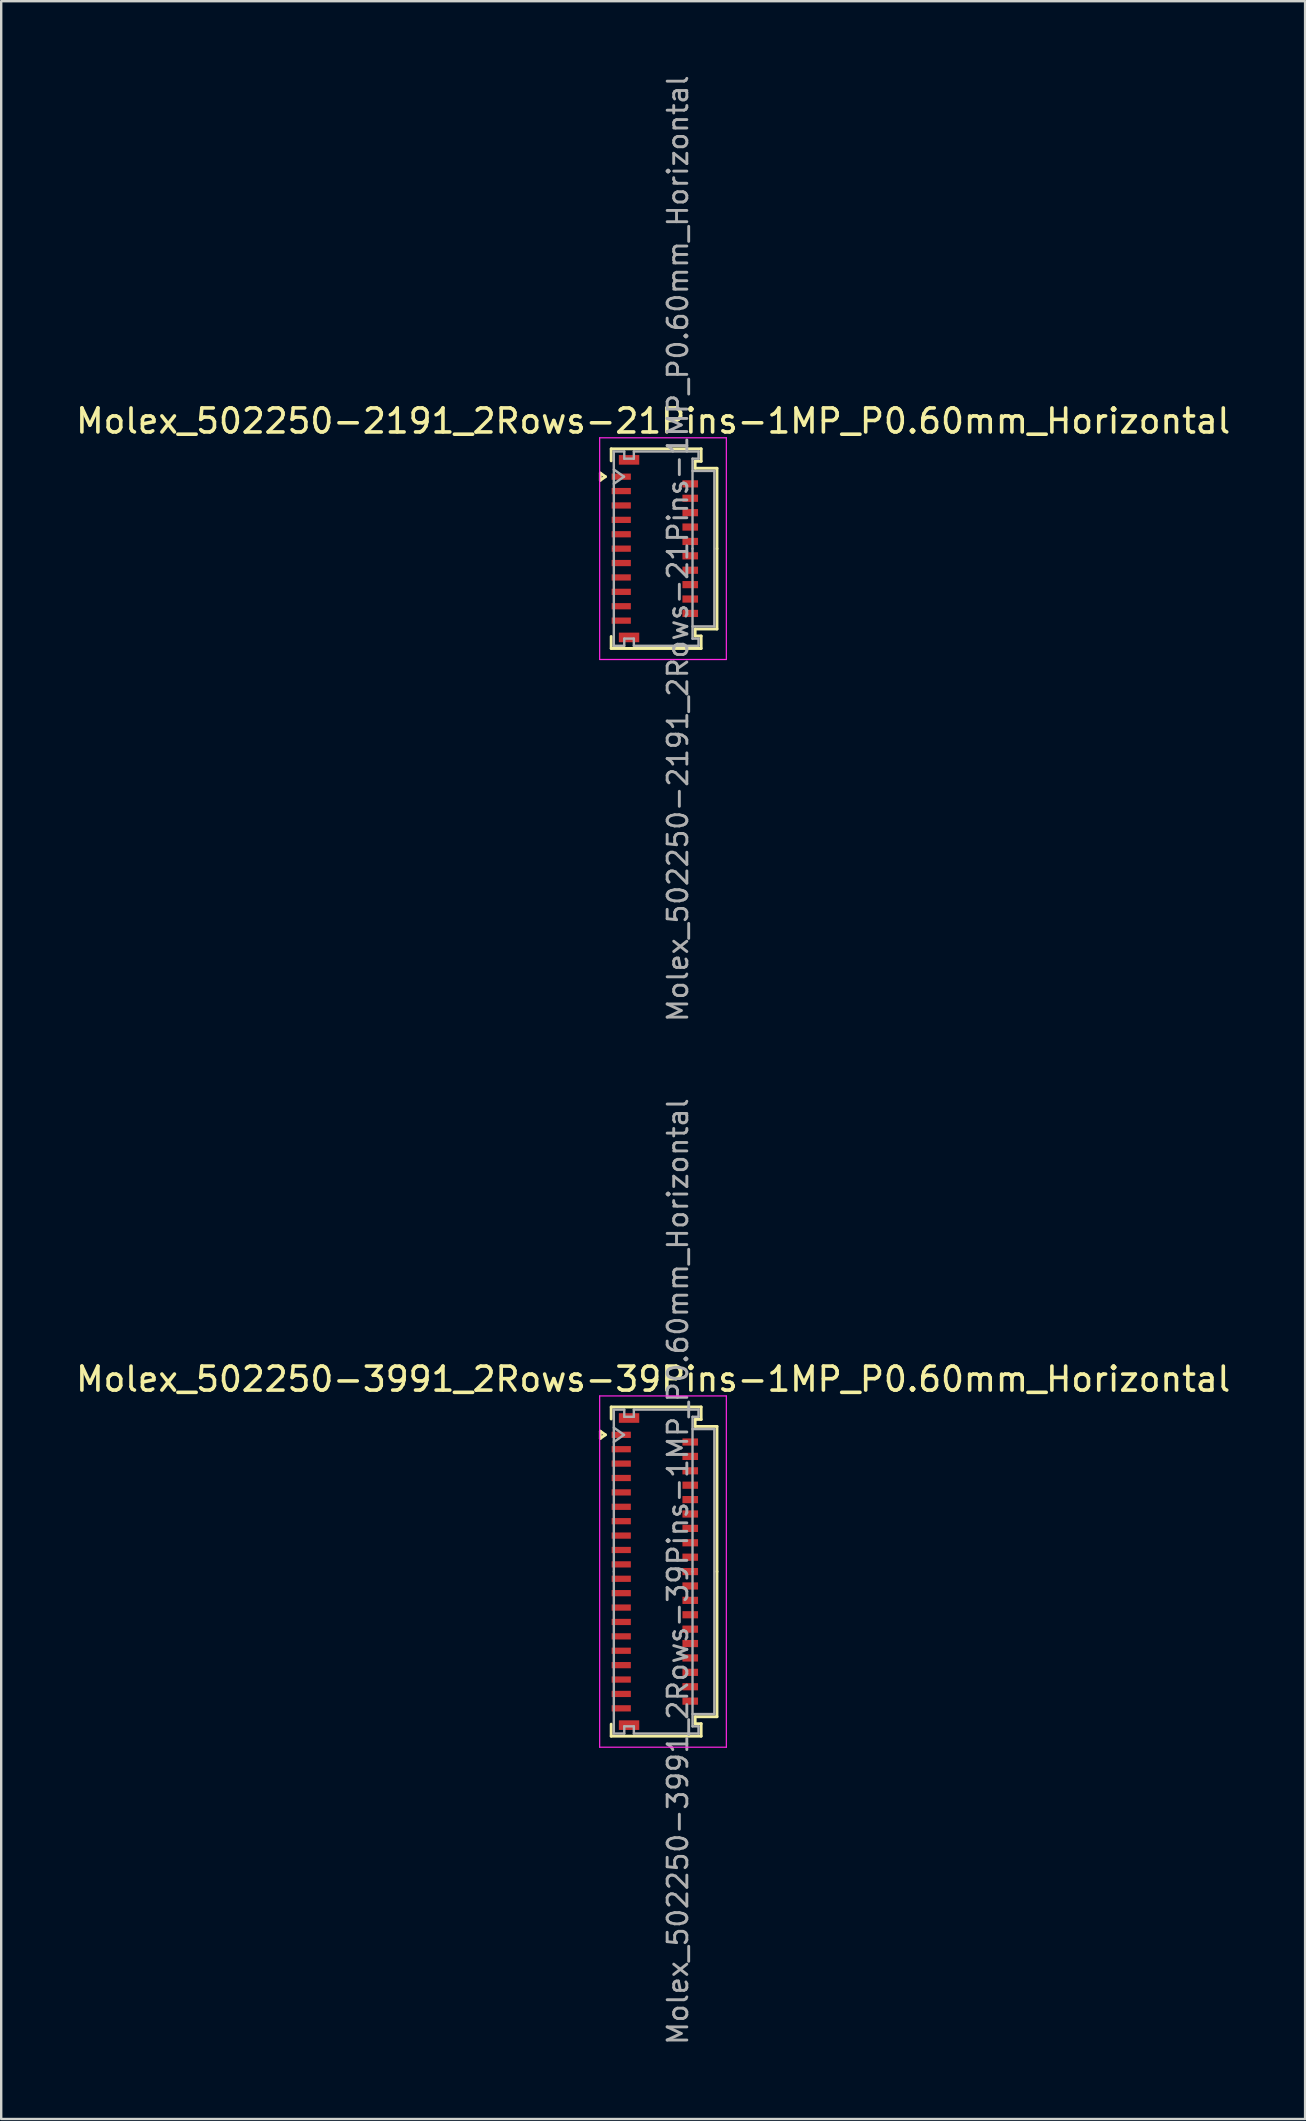
<source format=kicad_pcb>
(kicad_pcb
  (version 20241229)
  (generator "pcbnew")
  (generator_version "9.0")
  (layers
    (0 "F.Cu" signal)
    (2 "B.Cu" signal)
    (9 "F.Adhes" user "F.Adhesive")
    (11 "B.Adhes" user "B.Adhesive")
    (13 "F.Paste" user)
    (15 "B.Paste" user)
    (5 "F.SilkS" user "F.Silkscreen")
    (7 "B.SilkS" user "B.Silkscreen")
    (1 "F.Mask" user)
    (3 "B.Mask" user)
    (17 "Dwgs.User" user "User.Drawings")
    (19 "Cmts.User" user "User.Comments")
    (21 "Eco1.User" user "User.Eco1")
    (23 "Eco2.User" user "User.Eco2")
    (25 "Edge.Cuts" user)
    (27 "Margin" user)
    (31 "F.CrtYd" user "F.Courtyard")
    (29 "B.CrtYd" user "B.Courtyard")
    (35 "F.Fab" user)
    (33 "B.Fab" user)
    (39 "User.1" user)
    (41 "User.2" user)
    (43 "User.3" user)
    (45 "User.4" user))
  (footprint "Molex_502250-3991_2Rows-39Pins-1MP_P0.60mm_Horizontal"
    (layer "F.Cu")
    (at 24.243 62.451)
    (property "Reference" "Molex_502250-3991_2Rows-39Pins-1MP_P0.60mm_Horizontal" (at -0.07 -8.02 0) (layer "F.SilkS") (effects (font (size 1 1) (thickness 0.15))))
    (attr smd)
    (fp_line (start -2.272 -5.85) (end -2.06 -5.7) (stroke (width 0.12) (type solid)) (layer "F.SilkS"))
    (fp_line (start -2.272 -5.55) (end -2.272 -5.85) (stroke (width 0.12) (type solid)) (layer "F.SilkS"))
    (fp_line (start -2.06 -5.7) (end -2.272 -5.55) (stroke (width 0.12) (type solid)) (layer "F.SilkS"))
    (fp_line (start -1.82 -6.86) (end 1.93 -6.86) (stroke (width 0.12) (type solid)) (layer "F.SilkS"))
    (fp_line (start -1.82 -6.36) (end -1.82 -6.86) (stroke (width 0.12) (type solid)) (layer "F.SilkS"))
    (fp_line (start -1.82 6.36) (end -1.82 6.86) (stroke (width 0.12) (type solid)) (layer "F.SilkS"))
    (fp_line (start -1.82 6.86) (end 1.93 6.86) (stroke (width 0.12) (type solid)) (layer "F.SilkS"))
    (fp_line (start 1.68 -6.34) (end 1.68 -6.05) (stroke (width 0.12) (type solid)) (layer "F.SilkS"))
    (fp_line (start 1.68 -6.05) (end 2.59 -6.05) (stroke (width 0.12) (type solid)) (layer "F.SilkS"))
    (fp_line (start 1.68 6.05) (end 2.59 6.05) (stroke (width 0.12) (type solid)) (layer "F.SilkS"))
    (fp_line (start 1.68 6.34) (end 1.68 6.05) (stroke (width 0.12) (type solid)) (layer "F.SilkS"))
    (fp_line (start 1.93 -6.86) (end 1.93 -6.34) (stroke (width 0.12) (type solid)) (layer "F.SilkS"))
    (fp_line (start 1.93 -6.34) (end 1.68 -6.34) (stroke (width 0.12) (type solid)) (layer "F.SilkS"))
    (fp_line (start 1.93 6.34) (end 1.68 6.34) (stroke (width 0.12) (type solid)) (layer "F.SilkS"))
    (fp_line (start 1.93 6.86) (end 1.93 6.34) (stroke (width 0.12) (type solid)) (layer "F.SilkS"))
    (fp_line (start 2.59 -6.05) (end 2.59 0) (stroke (width 0.12) (type solid)) (layer "F.SilkS"))
    (fp_line (start 2.59 6.05) (end 2.59 0) (stroke (width 0.12) (type solid)) (layer "F.SilkS"))
    (fp_line (start -2.3 -7.32) (end -2.3 7.32) (stroke (width 0.05) (type solid)) (layer "F.CrtYd"))
    (fp_line (start -2.3 7.32) (end 2.98 7.32) (stroke (width 0.05) (type solid)) (layer "F.CrtYd"))
    (fp_line (start 2.98 -7.32) (end -2.3 -7.32) (stroke (width 0.05) (type solid)) (layer "F.CrtYd"))
    (fp_line (start 2.98 7.32) (end 2.98 -7.32) (stroke (width 0.05) (type solid)) (layer "F.CrtYd"))
    (fp_line (start -1.71 -6.75) (end -1.275 -6.75) (stroke (width 0.1) (type solid)) (layer "F.Fab"))
    (fp_line (start -1.71 -6) (end -1.286 -5.7) (stroke (width 0.1) (type solid)) (layer "F.Fab"))
    (fp_line (start -1.71 0) (end -1.71 -6.75) (stroke (width 0.1) (type solid)) (layer "F.Fab"))
    (fp_line (start -1.71 0) (end -1.71 6.75) (stroke (width 0.1) (type solid)) (layer "F.Fab"))
    (fp_line (start -1.71 6.75) (end -1.275 6.75) (stroke (width 0.1) (type solid)) (layer "F.Fab"))
    (fp_line (start -1.286 -5.7) (end -1.71 -5.4) (stroke (width 0.1) (type solid)) (layer "F.Fab"))
    (fp_line (start -1.275 -6.75) (end -1.275 -6.45) (stroke (width 0.1) (type solid)) (layer "F.Fab"))
    (fp_line (start -1.275 -6.45) (end -0.875 -6.45) (stroke (width 0.1) (type solid)) (layer "F.Fab"))
    (fp_line (start -1.275 6.45) (end -0.875 6.45) (stroke (width 0.1) (type solid)) (layer "F.Fab"))
    (fp_line (start -1.275 6.75) (end -1.275 6.45) (stroke (width 0.1) (type solid)) (layer "F.Fab"))
    (fp_line (start -0.875 -6.75) (end 1.82 -6.75) (stroke (width 0.1) (type solid)) (layer "F.Fab"))
    (fp_line (start -0.875 -6.45) (end -0.875 -6.75) (stroke (width 0.1) (type solid)) (layer "F.Fab"))
    (fp_line (start -0.875 6.45) (end -0.875 6.75) (stroke (width 0.1) (type solid)) (layer "F.Fab"))
    (fp_line (start -0.875 6.75) (end 1.82 6.75) (stroke (width 0.1) (type solid)) (layer "F.Fab"))
    (fp_line (start 1.57 -6.45) (end 1.57 0) (stroke (width 0.1) (type solid)) (layer "F.Fab"))
    (fp_line (start 1.57 -5.94) (end 2.48 -5.94) (stroke (width 0.1) (type solid)) (layer "F.Fab"))
    (fp_line (start 1.57 6.45) (end 1.57 0) (stroke (width 0.1) (type solid)) (layer "F.Fab"))
    (fp_line (start 1.82 -6.75) (end 1.82 -6.45) (stroke (width 0.1) (type solid)) (layer "F.Fab"))
    (fp_line (start 1.82 -6.45) (end 1.57 -6.45) (stroke (width 0.1) (type solid)) (layer "F.Fab"))
    (fp_line (start 1.82 6.45) (end 1.57 6.45) (stroke (width 0.1) (type solid)) (layer "F.Fab"))
    (fp_line (start 1.82 6.75) (end 1.82 6.45) (stroke (width 0.1) (type solid)) (layer "F.Fab"))
    (fp_line (start 2.48 -5.94) (end 2.48 5.94) (stroke (width 0.1) (type solid)) (layer "F.Fab"))
    (fp_line (start 2.48 5.94) (end 1.57 5.94) (stroke (width 0.1) (type solid)) (layer "F.Fab"))
    (fp_text user "${REFERENCE}" (at 0.96 0 90) (layer "F.Fab") (effects (font (size 0.82 0.82) (thickness 0.12))))
    (pad "1" smd rect (at -1.4 -5.7) (size 0.8 0.26) (layers "F.Cu" "F.Mask" "F.Paste"))
    (pad "2" smd rect (at 1.475 -5.4) (size 0.65 0.3) (layers "F.Cu" "F.Mask" "F.Paste"))
    (pad "3" smd rect (at -1.4 -5.1) (size 0.8 0.26) (layers "F.Cu" "F.Mask" "F.Paste"))
    (pad "4" smd rect (at 1.475 -4.8) (size 0.65 0.3) (layers "F.Cu" "F.Mask" "F.Paste"))
    (pad "5" smd rect (at -1.4 -4.5) (size 0.8 0.26) (layers "F.Cu" "F.Mask" "F.Paste"))
    (pad "6" smd rect (at 1.475 -4.2) (size 0.65 0.3) (layers "F.Cu" "F.Mask" "F.Paste"))
    (pad "7" smd rect (at -1.4 -3.9) (size 0.8 0.26) (layers "F.Cu" "F.Mask" "F.Paste"))
    (pad "8" smd rect (at 1.475 -3.6) (size 0.65 0.3) (layers "F.Cu" "F.Mask" "F.Paste"))
    (pad "9" smd rect (at -1.4 -3.3) (size 0.8 0.26) (layers "F.Cu" "F.Mask" "F.Paste"))
    (pad "10" smd rect (at 1.475 -3) (size 0.65 0.3) (layers "F.Cu" "F.Mask" "F.Paste"))
    (pad "11" smd rect (at -1.4 -2.7) (size 0.8 0.26) (layers "F.Cu" "F.Mask" "F.Paste"))
    (pad "12" smd rect (at 1.475 -2.4) (size 0.65 0.3) (layers "F.Cu" "F.Mask" "F.Paste"))
    (pad "13" smd rect (at -1.4 -2.1) (size 0.8 0.26) (layers "F.Cu" "F.Mask" "F.Paste"))
    (pad "14" smd rect (at 1.475 -1.8) (size 0.65 0.3) (layers "F.Cu" "F.Mask" "F.Paste"))
    (pad "15" smd rect (at -1.4 -1.5) (size 0.8 0.26) (layers "F.Cu" "F.Mask" "F.Paste"))
    (pad "16" smd rect (at 1.475 -1.2) (size 0.65 0.3) (layers "F.Cu" "F.Mask" "F.Paste"))
    (pad "17" smd rect (at -1.4 -0.9) (size 0.8 0.26) (layers "F.Cu" "F.Mask" "F.Paste"))
    (pad "18" smd rect (at 1.475 -0.6) (size 0.65 0.3) (layers "F.Cu" "F.Mask" "F.Paste"))
    (pad "19" smd rect (at -1.4 -0.3) (size 0.8 0.26) (layers "F.Cu" "F.Mask" "F.Paste"))
    (pad "20" smd rect (at 1.475 0) (size 0.65 0.3) (layers "F.Cu" "F.Mask" "F.Paste"))
    (pad "21" smd rect (at -1.4 0.3) (size 0.8 0.26) (layers "F.Cu" "F.Mask" "F.Paste"))
    (pad "22" smd rect (at 1.475 0.6) (size 0.65 0.3) (layers "F.Cu" "F.Mask" "F.Paste"))
    (pad "23" smd rect (at -1.4 0.9) (size 0.8 0.26) (layers "F.Cu" "F.Mask" "F.Paste"))
    (pad "24" smd rect (at 1.475 1.2) (size 0.65 0.3) (layers "F.Cu" "F.Mask" "F.Paste"))
    (pad "25" smd rect (at -1.4 1.5) (size 0.8 0.26) (layers "F.Cu" "F.Mask" "F.Paste"))
    (pad "26" smd rect (at 1.475 1.8) (size 0.65 0.3) (layers "F.Cu" "F.Mask" "F.Paste"))
    (pad "27" smd rect (at -1.4 2.1) (size 0.8 0.26) (layers "F.Cu" "F.Mask" "F.Paste"))
    (pad "28" smd rect (at 1.475 2.4) (size 0.65 0.3) (layers "F.Cu" "F.Mask" "F.Paste"))
    (pad "29" smd rect (at -1.4 2.7) (size 0.8 0.26) (layers "F.Cu" "F.Mask" "F.Paste"))
    (pad "30" smd rect (at 1.475 3) (size 0.65 0.3) (layers "F.Cu" "F.Mask" "F.Paste"))
    (pad "31" smd rect (at -1.4 3.3) (size 0.8 0.26) (layers "F.Cu" "F.Mask" "F.Paste"))
    (pad "32" smd rect (at 1.475 3.6) (size 0.65 0.3) (layers "F.Cu" "F.Mask" "F.Paste"))
    (pad "33" smd rect (at -1.4 3.9) (size 0.8 0.26) (layers "F.Cu" "F.Mask" "F.Paste"))
    (pad "34" smd rect (at 1.475 4.2) (size 0.65 0.3) (layers "F.Cu" "F.Mask" "F.Paste"))
    (pad "35" smd rect (at -1.4 4.5) (size 0.8 0.26) (layers "F.Cu" "F.Mask" "F.Paste"))
    (pad "36" smd rect (at 1.475 4.8) (size 0.65 0.3) (layers "F.Cu" "F.Mask" "F.Paste"))
    (pad "37" smd rect (at -1.4 5.1) (size 0.8 0.26) (layers "F.Cu" "F.Mask" "F.Paste"))
    (pad "38" smd rect (at 1.475 5.4) (size 0.65 0.3) (layers "F.Cu" "F.Mask" "F.Paste"))
    (pad "39" smd rect (at -1.4 5.7) (size 0.8 0.26) (layers "F.Cu" "F.Mask" "F.Paste"))
    (pad "MP" smd rect (at -1.075 -6.4) (size 0.85 0.4) (layers "F.Cu" "F.Mask" "F.Paste"))
    (pad "MP" smd rect (at -1.075 6.4) (size 0.85 0.4) (layers "F.Cu" "F.Mask" "F.Paste")))
  (footprint "Molex_502250-2191_2Rows-21Pins-1MP_P0.60mm_Horizontal"
    (layer "F.Cu")
    (at 24.243 19.817)
    (property "Reference" "Molex_502250-2191_2Rows-21Pins-1MP_P0.60mm_Horizontal" (at -0.07 -5.32 0) (layer "F.SilkS") (effects (font (size 1 1) (thickness 0.15))))
    (attr smd)
    (fp_line (start -2.272 -3.15) (end -2.06 -3) (stroke (width 0.12) (type solid)) (layer "F.SilkS"))
    (fp_line (start -2.272 -2.85) (end -2.272 -3.15) (stroke (width 0.12) (type solid)) (layer "F.SilkS"))
    (fp_line (start -2.06 -3) (end -2.272 -2.85) (stroke (width 0.12) (type solid)) (layer "F.SilkS"))
    (fp_line (start -1.82 -4.16) (end 1.93 -4.16) (stroke (width 0.12) (type solid)) (layer "F.SilkS"))
    (fp_line (start -1.82 -3.66) (end -1.82 -4.16) (stroke (width 0.12) (type solid)) (layer "F.SilkS"))
    (fp_line (start -1.82 3.66) (end -1.82 4.16) (stroke (width 0.12) (type solid)) (layer "F.SilkS"))
    (fp_line (start -1.82 4.16) (end 1.93 4.16) (stroke (width 0.12) (type solid)) (layer "F.SilkS"))
    (fp_line (start 1.68 -3.64) (end 1.68 -3.35) (stroke (width 0.12) (type solid)) (layer "F.SilkS"))
    (fp_line (start 1.68 -3.35) (end 2.59 -3.35) (stroke (width 0.12) (type solid)) (layer "F.SilkS"))
    (fp_line (start 1.68 3.35) (end 2.59 3.35) (stroke (width 0.12) (type solid)) (layer "F.SilkS"))
    (fp_line (start 1.68 3.64) (end 1.68 3.35) (stroke (width 0.12) (type solid)) (layer "F.SilkS"))
    (fp_line (start 1.93 -4.16) (end 1.93 -3.64) (stroke (width 0.12) (type solid)) (layer "F.SilkS"))
    (fp_line (start 1.93 -3.64) (end 1.68 -3.64) (stroke (width 0.12) (type solid)) (layer "F.SilkS"))
    (fp_line (start 1.93 3.64) (end 1.68 3.64) (stroke (width 0.12) (type solid)) (layer "F.SilkS"))
    (fp_line (start 1.93 4.16) (end 1.93 3.64) (stroke (width 0.12) (type solid)) (layer "F.SilkS"))
    (fp_line (start 2.59 -3.35) (end 2.59 0) (stroke (width 0.12) (type solid)) (layer "F.SilkS"))
    (fp_line (start 2.59 3.35) (end 2.59 0) (stroke (width 0.12) (type solid)) (layer "F.SilkS"))
    (fp_line (start -2.3 -4.62) (end -2.3 4.62) (stroke (width 0.05) (type solid)) (layer "F.CrtYd"))
    (fp_line (start -2.3 4.62) (end 2.98 4.62) (stroke (width 0.05) (type solid)) (layer "F.CrtYd"))
    (fp_line (start 2.98 -4.62) (end -2.3 -4.62) (stroke (width 0.05) (type solid)) (layer "F.CrtYd"))
    (fp_line (start 2.98 4.62) (end 2.98 -4.62) (stroke (width 0.05) (type solid)) (layer "F.CrtYd"))
    (fp_line (start -1.71 -4.05) (end -1.275 -4.05) (stroke (width 0.1) (type solid)) (layer "F.Fab"))
    (fp_line (start -1.71 -3.3) (end -1.286 -3) (stroke (width 0.1) (type solid)) (layer "F.Fab"))
    (fp_line (start -1.71 0) (end -1.71 -4.05) (stroke (width 0.1) (type solid)) (layer "F.Fab"))
    (fp_line (start -1.71 0) (end -1.71 4.05) (stroke (width 0.1) (type solid)) (layer "F.Fab"))
    (fp_line (start -1.71 4.05) (end -1.275 4.05) (stroke (width 0.1) (type solid)) (layer "F.Fab"))
    (fp_line (start -1.286 -3) (end -1.71 -2.7) (stroke (width 0.1) (type solid)) (layer "F.Fab"))
    (fp_line (start -1.275 -4.05) (end -1.275 -3.75) (stroke (width 0.1) (type solid)) (layer "F.Fab"))
    (fp_line (start -1.275 -3.75) (end -0.875 -3.75) (stroke (width 0.1) (type solid)) (layer "F.Fab"))
    (fp_line (start -1.275 3.75) (end -0.875 3.75) (stroke (width 0.1) (type solid)) (layer "F.Fab"))
    (fp_line (start -1.275 4.05) (end -1.275 3.75) (stroke (width 0.1) (type solid)) (layer "F.Fab"))
    (fp_line (start -0.875 -4.05) (end 1.82 -4.05) (stroke (width 0.1) (type solid)) (layer "F.Fab"))
    (fp_line (start -0.875 -3.75) (end -0.875 -4.05) (stroke (width 0.1) (type solid)) (layer "F.Fab"))
    (fp_line (start -0.875 3.75) (end -0.875 4.05) (stroke (width 0.1) (type solid)) (layer "F.Fab"))
    (fp_line (start -0.875 4.05) (end 1.82 4.05) (stroke (width 0.1) (type solid)) (layer "F.Fab"))
    (fp_line (start 1.57 -3.75) (end 1.57 0) (stroke (width 0.1) (type solid)) (layer "F.Fab"))
    (fp_line (start 1.57 -3.24) (end 2.48 -3.24) (stroke (width 0.1) (type solid)) (layer "F.Fab"))
    (fp_line (start 1.57 3.75) (end 1.57 0) (stroke (width 0.1) (type solid)) (layer "F.Fab"))
    (fp_line (start 1.82 -4.05) (end 1.82 -3.75) (stroke (width 0.1) (type solid)) (layer "F.Fab"))
    (fp_line (start 1.82 -3.75) (end 1.57 -3.75) (stroke (width 0.1) (type solid)) (layer "F.Fab"))
    (fp_line (start 1.82 3.75) (end 1.57 3.75) (stroke (width 0.1) (type solid)) (layer "F.Fab"))
    (fp_line (start 1.82 4.05) (end 1.82 3.75) (stroke (width 0.1) (type solid)) (layer "F.Fab"))
    (fp_line (start 2.48 -3.24) (end 2.48 3.24) (stroke (width 0.1) (type solid)) (layer "F.Fab"))
    (fp_line (start 2.48 3.24) (end 1.57 3.24) (stroke (width 0.1) (type solid)) (layer "F.Fab"))
    (fp_text user "${REFERENCE}" (at 0.96 0 90) (layer "F.Fab") (effects (font (size 0.82 0.82) (thickness 0.12))))
    (pad "1" smd rect (at -1.4 -3) (size 0.8 0.26) (layers "F.Cu" "F.Mask" "F.Paste"))
    (pad "2" smd rect (at 1.475 -2.7) (size 0.65 0.3) (layers "F.Cu" "F.Mask" "F.Paste"))
    (pad "3" smd rect (at -1.4 -2.4) (size 0.8 0.26) (layers "F.Cu" "F.Mask" "F.Paste"))
    (pad "4" smd rect (at 1.475 -2.1) (size 0.65 0.3) (layers "F.Cu" "F.Mask" "F.Paste"))
    (pad "5" smd rect (at -1.4 -1.8) (size 0.8 0.26) (layers "F.Cu" "F.Mask" "F.Paste"))
    (pad "6" smd rect (at 1.475 -1.5) (size 0.65 0.3) (layers "F.Cu" "F.Mask" "F.Paste"))
    (pad "7" smd rect (at -1.4 -1.2) (size 0.8 0.26) (layers "F.Cu" "F.Mask" "F.Paste"))
    (pad "8" smd rect (at 1.475 -0.9) (size 0.65 0.3) (layers "F.Cu" "F.Mask" "F.Paste"))
    (pad "9" smd rect (at -1.4 -0.6) (size 0.8 0.26) (layers "F.Cu" "F.Mask" "F.Paste"))
    (pad "10" smd rect (at 1.475 -0.3) (size 0.65 0.3) (layers "F.Cu" "F.Mask" "F.Paste"))
    (pad "11" smd rect (at -1.4 0) (size 0.8 0.26) (layers "F.Cu" "F.Mask" "F.Paste"))
    (pad "12" smd rect (at 1.475 0.3) (size 0.65 0.3) (layers "F.Cu" "F.Mask" "F.Paste"))
    (pad "13" smd rect (at -1.4 0.6) (size 0.8 0.26) (layers "F.Cu" "F.Mask" "F.Paste"))
    (pad "14" smd rect (at 1.475 0.9) (size 0.65 0.3) (layers "F.Cu" "F.Mask" "F.Paste"))
    (pad "15" smd rect (at -1.4 1.2) (size 0.8 0.26) (layers "F.Cu" "F.Mask" "F.Paste"))
    (pad "16" smd rect (at 1.475 1.5) (size 0.65 0.3) (layers "F.Cu" "F.Mask" "F.Paste"))
    (pad "17" smd rect (at -1.4 1.8) (size 0.8 0.26) (layers "F.Cu" "F.Mask" "F.Paste"))
    (pad "18" smd rect (at 1.475 2.1) (size 0.65 0.3) (layers "F.Cu" "F.Mask" "F.Paste"))
    (pad "19" smd rect (at -1.4 2.4) (size 0.8 0.26) (layers "F.Cu" "F.Mask" "F.Paste"))
    (pad "20" smd rect (at 1.475 2.7) (size 0.65 0.3) (layers "F.Cu" "F.Mask" "F.Paste"))
    (pad "21" smd rect (at -1.4 3) (size 0.8 0.26) (layers "F.Cu" "F.Mask" "F.Paste"))
    (pad "MP" smd rect (at -1.075 -3.7) (size 0.85 0.4) (layers "F.Cu" "F.Mask" "F.Paste"))
    (pad "MP" smd rect (at -1.075 3.7) (size 0.85 0.4) (layers "F.Cu" "F.Mask" "F.Paste")))
  (gr_rect
    (start -3 -3)
    (end 51.345 85.268)
    (stroke (width 0.1) (type default))
    (fill no)
    (layer "Edge.Cuts")))
</source>
